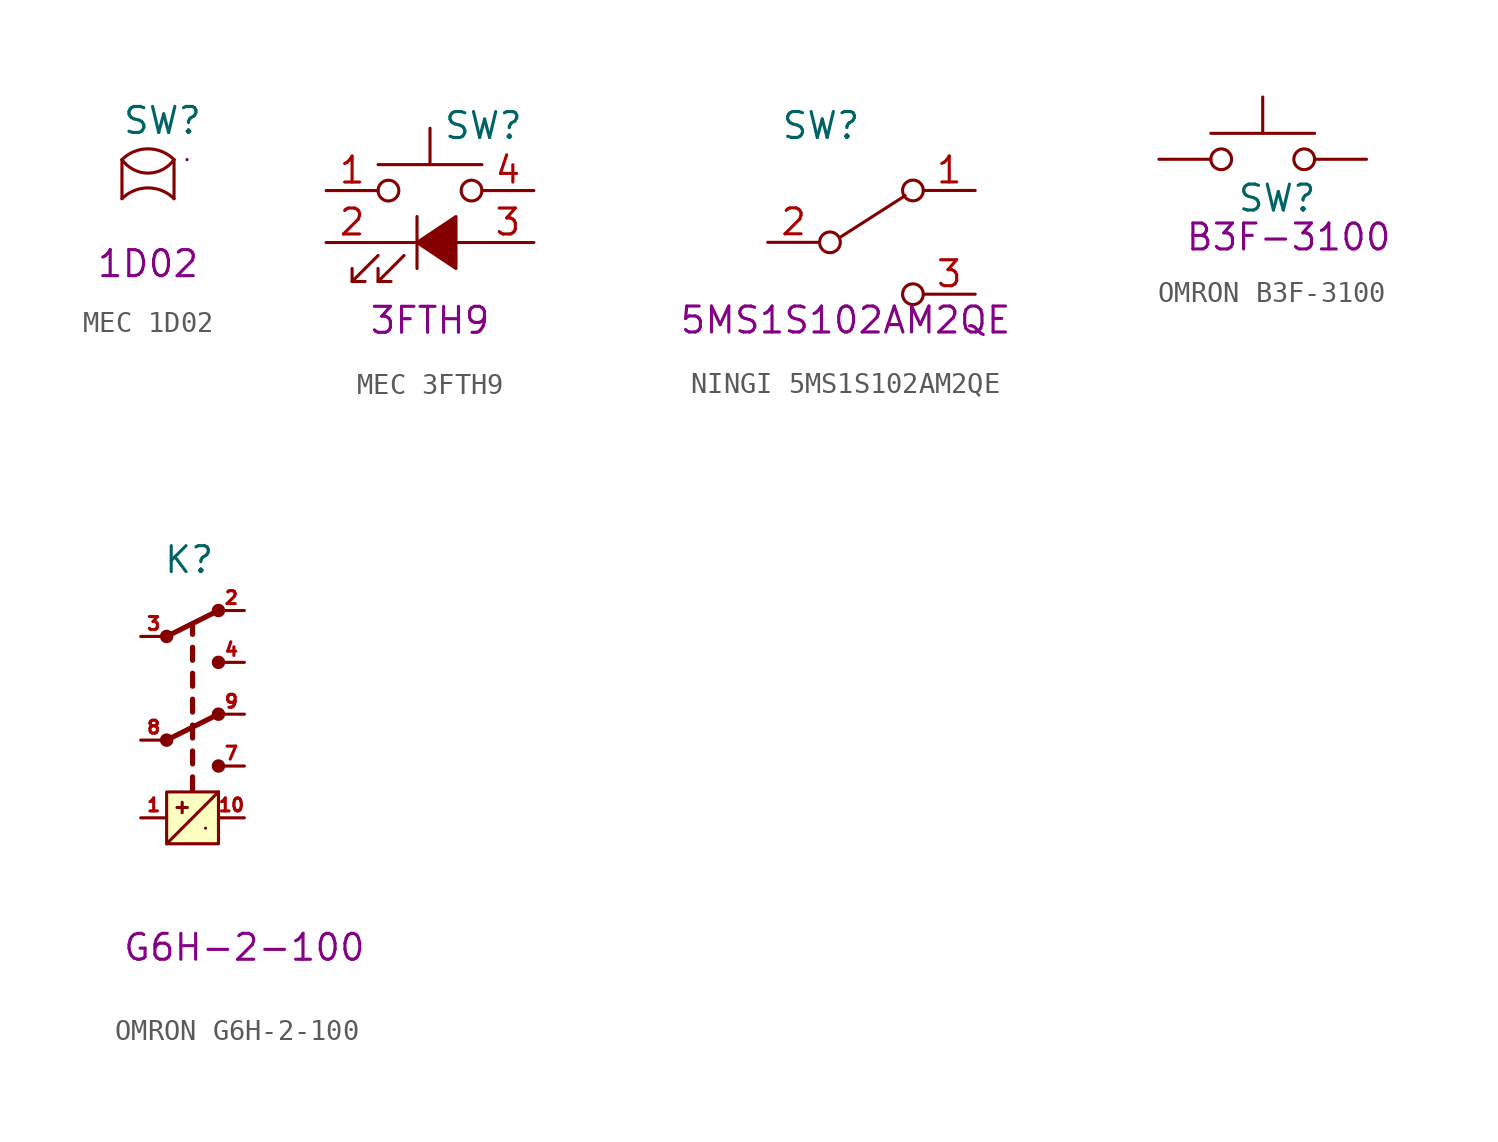
<source format=kicad_sym>
(kicad_symbol_lib
  (version 20211014)
  (generator kicad_symbol_editor)
  (symbol "MEC 1D02"
    (pin_numbers hide)
    (pin_names
      (offset 1.016) hide)
    (property "Reference" "SW"
      (at -1.27 3.175 0)
      (effects (font (size 1.27 1.27)) (justify left)))
    (property "Comment" "1D02"
      (at 0 -3.81 0)
      (effects (font (size 1.27 1.27))))
    (symbol "MEC 1D02_0_1"
      (arc (start -1.27 1.27) (mid 0 -1.1809) (end 1.27 1.27) (stroke (width 0.1524) (type default) (color 0 0 0 0)) (fill (type none)))
      (polyline (pts (xy -1.27 1.27) (xy -1.27 -0.635)) (stroke (width 0.152) (type default) (color 0 0 0 0)) (fill (type none)))
      (polyline (pts (xy 1.27 1.27) (xy 1.27 -0.635)) (stroke (width 0.152) (type default) (color 0 0 0 0)) (fill (type none)))
      (arc (start 1.27 -0.6351) (mid 0 2.4311) (end -1.27 -0.6351) (stroke (width 0.1524) (type default) (color 0 0 0 0)) (fill (type none)))
      (arc (start 1.27 1.27) (mid 0 4.3362) (end -1.27 1.27) (stroke (width 0.1524) (type default) (color 0 0 0 0)) (fill (type none)))
      (arc (start 1.905 1.27) (mid 1.905 1.27) (end 1.905 1.27) (stroke (width 0.1524) (type default) (color 0 0 0 0)) (fill (type none)))))
  (symbol "MEC 3FTH9"
    (pin_names
      (offset 1.016) hide)
    (property "Reference" "SW"
      (at 0.635 5.715 0)
      (effects (font (size 1.27 1.27)) (justify left)))
    (property "Comment" "3FTH9"
      (at 0 -3.81 0)
      (effects (font (size 1.27 1.27))))
    (symbol "MEC 3FTH9_0_0"
      (polyline (pts (xy -3.81 -1.905) (xy -2.54 -0.635)) (stroke (width 0) (type default) (color 0 0 0 0)) (fill (type none)))
      (polyline (pts (xy -2.54 -1.905) (xy -1.27 -0.635)) (stroke (width 0) (type default) (color 0 0 0 0)) (fill (type none)))
      (polyline (pts (xy -2.54 0) (xy 2.54 0)) (stroke (width 0) (type default) (color 0 0 0 0)) (fill (type none)))
      (polyline (pts (xy -0.635 1.27) (xy -0.635 -1.27)) (stroke (width 0) (type default) (color 0 0 0 0)) (fill (type none)))
      (polyline (pts (xy -3.81 -1.27) (xy -3.81 -1.905) (xy -3.175 -1.905)) (stroke (width 0) (type default) (color 0 0 0 0)) (fill (type none)))
      (polyline (pts (xy -2.54 -1.27) (xy -2.54 -1.905) (xy -1.905 -1.905)) (stroke (width 0) (type default) (color 0 0 0 0)) (fill (type none)))
      (polyline (pts (xy -0.635 0) (xy 1.27 1.27) (xy 1.27 -1.27) (xy -0.635 0)) (stroke (width 0) (type default) (color 0 0 0 0)) (fill (type outline))))
    (symbol "MEC 3FTH9_0_1"
      (circle (center -2.032 2.54) (radius 0.508) (stroke (width 0) (type default) (color 0 0 0 0)) (fill (type none)))
      (polyline (pts (xy 0 3.81) (xy 0 5.588)) (stroke (width 0) (type default) (color 0 0 0 0)) (fill (type none)))
      (polyline (pts (xy 2.54 3.81) (xy -2.54 3.81)) (stroke (width 0) (type default) (color 0 0 0 0)) (fill (type none)))
      (circle (center 2.032 2.54) (radius 0.508) (stroke (width 0) (type default) (color 0 0 0 0)) (fill (type none)))
      (pin passive line (at -5.08 2.54 0) (length 2.54) (name "1" (effects (font (size 1.27 1.27)))) (number "1" (effects (font (size 1.27 1.27)))))
      (pin passive line (at -5.08 0 0) (length 2.54) (name "2" (effects (font (size 1.27 1.27)))) (number "2" (effects (font (size 1.27 1.27)))))
      (pin passive line (at 5.08 0 180) (length 2.54) (name "K" (effects (font (size 1.27 1.27)))) (number "3" (effects (font (size 1.27 1.27)))))
      (pin passive line (at 5.08 2.54 180) (length 2.54) (name "A" (effects (font (size 1.27 1.27)))) (number "4" (effects (font (size 1.27 1.27)))))))
  (symbol "NINGI 5MS1S102AM2QE"
    (pin_names
      (offset 1.016) hide)
    (property "Reference" "SW"
      (at 0.635 5.715 0)
      (effects (font (size 1.27 1.27)) (justify left)))
    (property "Comment" "5MS1S102AM2QE"
      (at 3.81 -3.81 0)
      (effects (font (size 1.27 1.27))))
    (symbol "NINGI 5MS1S102AM2QE_0_0"
      (circle (center 3.048 0) (radius 0.508) (stroke (width 0) (type default) (color 0 0 0 0)) (fill (type none)))
      (circle (center 7.112 -2.54) (radius 0.508) (stroke (width 0) (type default) (color 0 0 0 0)) (fill (type none))))
    (symbol "NINGI 5MS1S102AM2QE_0_1"
      (polyline (pts (xy 3.556 0.254) (xy 6.731 2.286)) (stroke (width 0) (type default) (color 0 0 0 0)) (fill (type none)))
      (circle (center 7.112 2.54) (radius 0.508) (stroke (width 0) (type default) (color 0 0 0 0)) (fill (type none))))
    (symbol "NINGI 5MS1S102AM2QE_1_1"
      (pin passive line (at 10.16 2.54 180) (length 2.54) (name "A" (effects (font (size 1.27 1.27)))) (number "1" (effects (font (size 1.27 1.27)))))
      (pin passive line (at 0 0 0) (length 2.54) (name "B" (effects (font (size 1.27 1.27)))) (number "2" (effects (font (size 1.27 1.27)))))
      (pin passive line (at 10.16 -2.54 180) (length 2.54) (name "C" (effects (font (size 1.27 1.27)))) (number "3" (effects (font (size 1.27 1.27)))))))
  (symbol "OMRON B3F-3100"
    (pin_numbers hide)
    (pin_names
      (offset 1.016) hide)
    (property "Reference" "SW"
      (at -1.27 -1.905 0)
      (effects (font (size 1.27 1.27)) (justify left)))
    (property "Comment" "B3F-3100"
      (at 1.27 -3.81 0)
      (effects (font (size 1.27 1.27))))
    (symbol "OMRON B3F-3100_0_1"
      (circle (center -2.032 0) (radius 0.508) (stroke (width 0) (type default) (color 0 0 0 0)) (fill (type none)))
      (polyline (pts (xy 0 1.27) (xy 0 3.048)) (stroke (width 0) (type default) (color 0 0 0 0)) (fill (type none)))
      (polyline (pts (xy 2.54 1.27) (xy -2.54 1.27)) (stroke (width 0) (type default) (color 0 0 0 0)) (fill (type none)))
      (circle (center 2.032 0) (radius 0.508) (stroke (width 0) (type default) (color 0 0 0 0)) (fill (type none)))
      (pin passive line (at -5.08 0 0) (length 2.54) (name "1" (effects (font (size 1.27 1.27)))) (number "1" (effects (font (size 1.27 1.27)))))
      (pin passive line (at 5.08 0 180) (length 2.54) (name "2" (effects (font (size 1.27 1.27)))) (number "2" (effects (font (size 1.27 1.27)))))))
  (symbol "OMRON G6H-2-100"
    (pin_names
      (offset 1.016) hide)
    (property "Reference" "K"
      (at 1.092 3.759 0)
      (effects (font (size 1.27 1.27)) (justify left)))
    (property "Comment" "G6H-2-100"
      (at 5.08 -15.24 0)
      (effects (font (size 1.27 1.27))))
    (symbol "OMRON G6H-2-100_0_1"
      (polyline (pts (xy 1.27 -10.16) (xy 3.81 -7.62)) (stroke (width 0) (type default) (color 0 0 0 0)) (fill (type none)))
      (polyline (pts (xy 1.778 -8.382) (xy 2.286 -8.382)) (stroke (width 0) (type default) (color 0 0 0 0)) (fill (type none)))
      (polyline (pts (xy 2.032 -8.128) (xy 2.032 -8.636)) (stroke (width 0) (type default) (color 0 0 0 0)) (fill (type none)))
      (polyline (pts (xy 3.175 -9.398) (xy 3.175 -9.398)) (stroke (width 0) (type default) (color 0 0 0 0)) (fill (type none)))
      (rectangle (start 1.27 -7.62) (end 3.81 -10.16) (stroke (width 0.152) (type default) (color 0 0 0 0)) (fill (type background))))
    (symbol "OMRON G6H-2-100_1_1"
      (polyline (pts (xy 1.27 -5.08) (xy 3.81 -3.81)) (stroke (width 0.254) (type default) (color 0 0 0 0)) (fill (type none)))
      (polyline (pts (xy 1.27 0) (xy 3.81 1.27)) (stroke (width 0.254) (type default) (color 0 0 0 0)) (fill (type none)))
      (polyline (pts (xy 2.54 -7.518) (xy 2.54 -6.883)) (stroke (width 0.254) (type default) (color 0 0 0 0)) (fill (type none)))
      (polyline (pts (xy 2.54 -6.248) (xy 2.54 -5.613)) (stroke (width 0.254) (type default) (color 0 0 0 0)) (fill (type none)))
      (polyline (pts (xy 2.54 -4.978) (xy 2.54 -4.343)) (stroke (width 0.254) (type default) (color 0 0 0 0)) (fill (type none)))
      (polyline (pts (xy 2.54 -3.708) (xy 2.54 -3.073)) (stroke (width 0.254) (type default) (color 0 0 0 0)) (fill (type none)))
      (polyline (pts (xy 2.54 -2.438) (xy 2.54 -1.803)) (stroke (width 0.254) (type default) (color 0 0 0 0)) (fill (type none)))
      (polyline (pts (xy 2.54 -1.168) (xy 2.54 -0.533)) (stroke (width 0.254) (type default) (color 0 0 0 0)) (fill (type none)))
      (polyline (pts (xy 2.54 0.102) (xy 2.54 0.61)) (stroke (width 0.254) (type default) (color 0 0 0 0)) (fill (type none)))
      (circle (center 1.27 -5.08) (radius 0.254) (stroke (width 0.152) (type default) (color 0 0 0 0)) (fill (type outline)))
      (circle (center 1.27 0) (radius 0.254) (stroke (width 0.152) (type default) (color 0 0 0 0)) (fill (type outline)))
      (circle (center 3.81 -6.35) (radius 0.254) (stroke (width 0.152) (type default) (color 0 0 0 0)) (fill (type outline)))
      (circle (center 3.81 -3.81) (radius 0.254) (stroke (width 0.152) (type default) (color 0 0 0 0)) (fill (type outline)))
      (circle (center 3.81 -1.27) (radius 0.254) (stroke (width 0.152) (type default) (color 0 0 0 0)) (fill (type outline)))
      (circle (center 3.81 1.27) (radius 0.254) (stroke (width 0.152) (type default) (color 0 0 0 0)) (fill (type outline)))
      (pin passive line (at 0 -8.89 0) (length 1.27) (name "~" (effects (font (size 1.27 1.27)))) (number "1" (effects (font (size 0.635 0.635)))))
      (pin passive line (at 5.08 -8.89 180) (length 1.27) (name "~" (effects (font (size 1.27 1.27)))) (number "10" (effects (font (size 0.635 0.635)))))
      (pin passive line (at 5.08 1.27 180) (length 1.27) (name "~" (effects (font (size 1.27 1.27)))) (number "2" (effects (font (size 0.635 0.635)))))
      (pin passive line (at 0 0 0) (length 1.27) (name "~" (effects (font (size 1.27 1.27)))) (number "3" (effects (font (size 0.635 0.635)))))
      (pin passive line (at 5.08 -1.27 180) (length 1.27) (name "~" (effects (font (size 1.27 1.27)))) (number "4" (effects (font (size 0.635 0.635)))))
      (pin passive line (at -1.27 -11.43 0) (length 1.27) hide (name "" (effects (font (size 1.27 1.27)))) (number "5" (effects (font (size 0.635 0.635)))))
      (pin passive line (at -1.27 -12.7 0) (length 1.27) hide (name "" (effects (font (size 1.27 1.27)))) (number "6" (effects (font (size 0.635 0.635)))))
      (pin passive line (at 5.08 -6.35 180) (length 1.27) (name "~" (effects (font (size 1.27 1.27)))) (number "7" (effects (font (size 0.635 0.635)))))
      (pin passive line (at 0 -5.08 0) (length 1.27) (name "~" (effects (font (size 1.27 1.27)))) (number "8" (effects (font (size 0.635 0.635)))))
      (pin passive line (at 5.08 -3.81 180) (length 1.27) (name "~" (effects (font (size 1.27 1.27)))) (number "9" (effects (font (size 0.635 0.635))))))))
</source>
